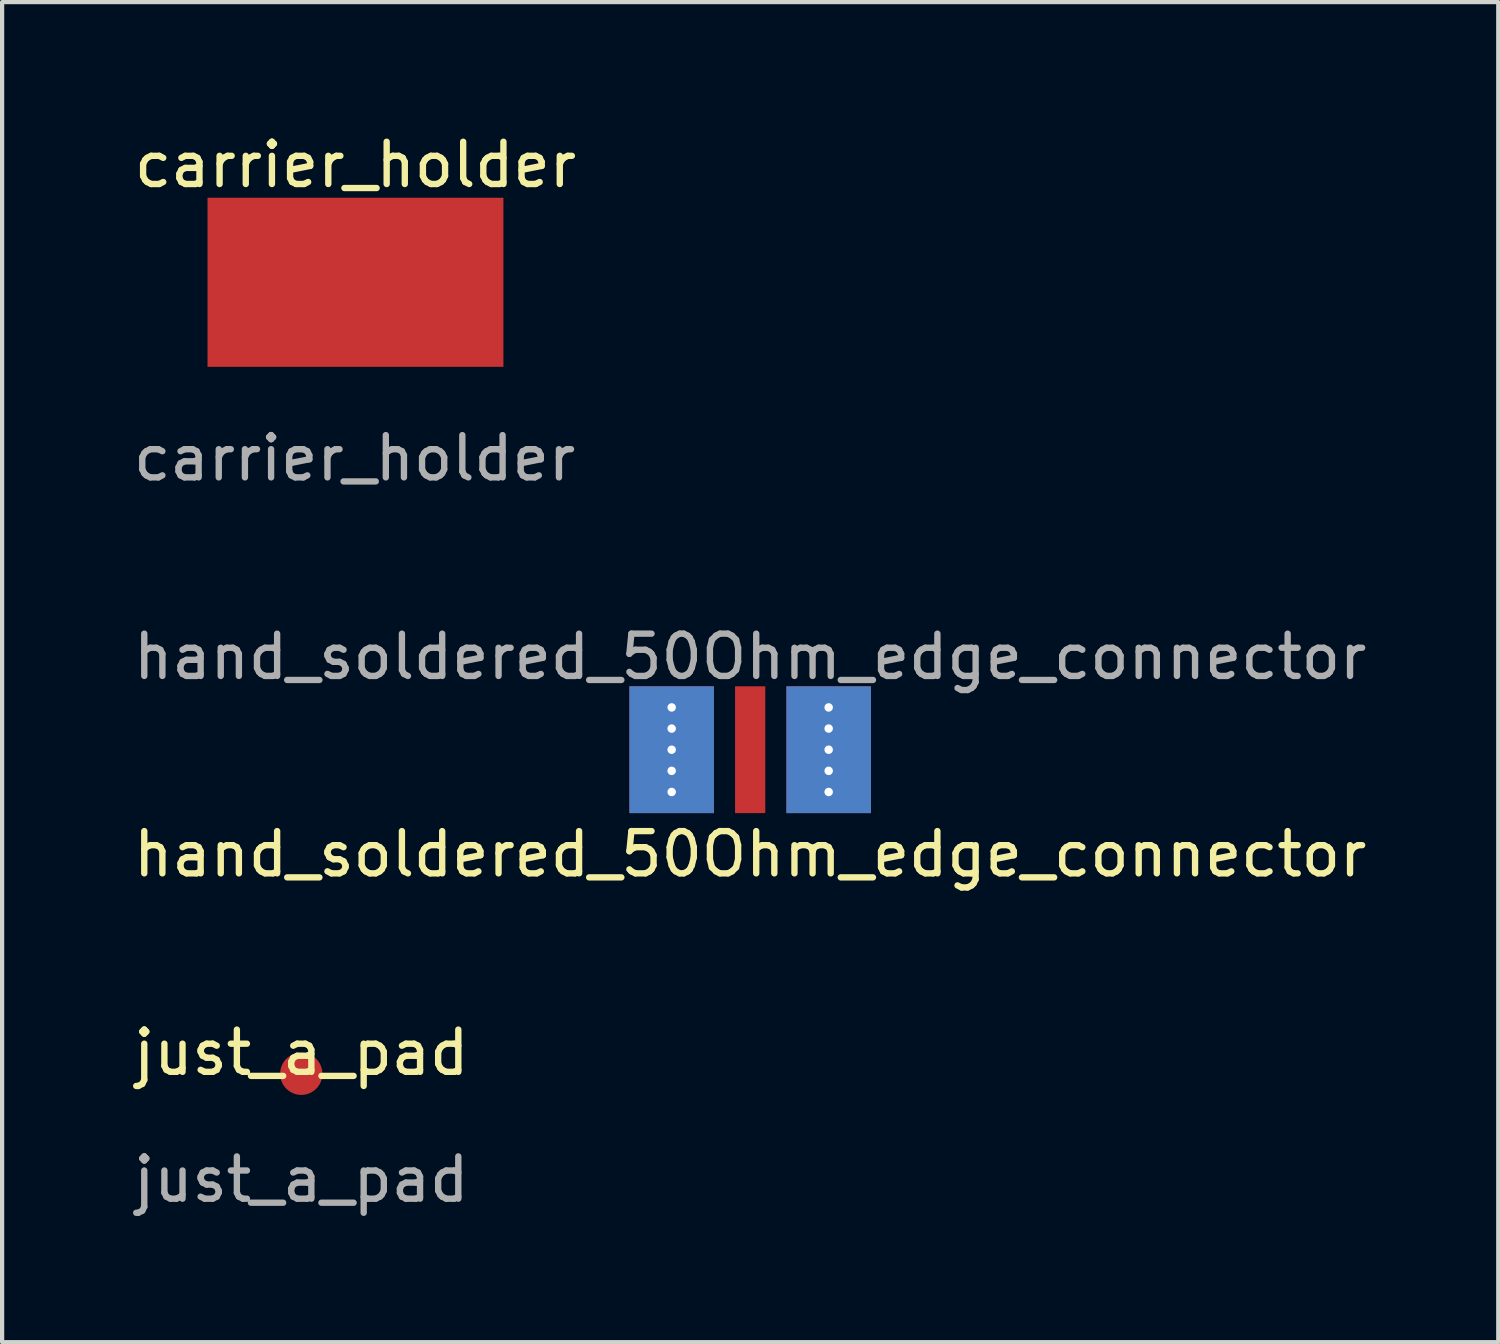
<source format=kicad_pcb>
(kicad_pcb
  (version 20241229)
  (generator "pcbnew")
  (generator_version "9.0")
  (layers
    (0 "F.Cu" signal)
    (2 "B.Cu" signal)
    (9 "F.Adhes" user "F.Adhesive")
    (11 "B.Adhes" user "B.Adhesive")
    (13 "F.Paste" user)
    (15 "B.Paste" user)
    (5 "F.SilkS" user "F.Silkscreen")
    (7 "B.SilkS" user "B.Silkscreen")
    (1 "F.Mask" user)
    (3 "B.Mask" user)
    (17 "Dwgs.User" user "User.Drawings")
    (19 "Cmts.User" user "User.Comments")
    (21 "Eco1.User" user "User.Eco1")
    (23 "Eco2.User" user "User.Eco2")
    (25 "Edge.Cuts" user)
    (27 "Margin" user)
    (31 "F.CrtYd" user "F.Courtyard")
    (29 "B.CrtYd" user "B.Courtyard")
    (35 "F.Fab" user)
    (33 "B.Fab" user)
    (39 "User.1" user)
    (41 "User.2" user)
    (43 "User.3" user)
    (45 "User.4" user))
  (footprint "hand_soldered_50Ohm_edge_connector"
    (layer "F.Cu")
    (at 14.696 13.185)
    (property "Reference" "hand_soldered_50Ohm_edge_connector" (at 0 3.97 0) (unlocked yes) (layer "F.SilkS") (effects (font (size 1 1) (thickness 0.15))))
    (attr smd)
    (fp_text user "${REFERENCE}" (at 0 -0.7 0) (unlocked yes) (layer "F.Fab") (effects (font (size 1 1) (thickness 0.15))))
    (pad "1" smd rect (at 0 1.5) (size 0.715 3) (layers "F.Cu" "F.Mask"))
    (pad "2" thru_hole circle (at -1.857 0.5) (size 0.5 0.5) (drill 0.2) (layers "*.Cu"))
    (pad "2" thru_hole circle (at -1.857 1) (size 0.5 0.5) (drill 0.2) (layers "*.Cu"))
    (pad "2" thru_hole rect (at -1.857 1.5) (size 2 3) (drill 0.2) (layers "*.Cu" "F.Mask"))
    (pad "2" thru_hole circle (at -1.857 2) (size 0.5 0.5) (drill 0.2) (layers "*.Cu"))
    (pad "2" thru_hole circle (at -1.857 2.5) (size 0.5 0.5) (drill 0.2) (layers "*.Cu"))
    (pad "2" thru_hole circle (at 1.857 0.5) (size 0.5 0.5) (drill 0.2) (layers "*.Cu"))
    (pad "2" thru_hole circle (at 1.857 1) (size 0.5 0.5) (drill 0.2) (layers "*.Cu"))
    (pad "2" thru_hole rect (at 1.857 1.5) (size 2 3) (drill 0.2) (layers "*.Cu" "F.Mask"))
    (pad "2" thru_hole circle (at 1.857 2) (size 0.5 0.5) (drill 0.2) (layers "*.Cu"))
    (pad "2" thru_hole circle (at 1.857 2.5) (size 0.5 0.5) (drill 0.2) (layers "*.Cu")))
  (footprint "carrier_holder"
    (layer "F.Cu")
    (at 5.359 3.628)
    (property "Reference" "carrier_holder" (at 0 -2.78 0) (unlocked yes) (layer "F.SilkS") (effects (font (size 1 1) (thickness 0.15))))
    (attr smd)
    (fp_text user "${REFERENCE}" (at -0.02 4.16 0) (unlocked yes) (layer "F.Fab") (effects (font (size 1 1) (thickness 0.15))))
    (pad "1" smd rect (at 0 0) (size 7 4) (layers "F.Cu" "F.Mask" "F.Paste")))
  (footprint "just_a_pad"
    (layer "F.Cu")
    (at 4.077 22.351)
    (property "Reference" "just_a_pad" (at 0 -0.5 0) (unlocked yes) (layer "F.SilkS") (effects (font (size 1 1) (thickness 0.15))))
    (attr smd)
    (fp_text user "${REFERENCE}" (at 0 2.5 0) (unlocked yes) (layer "F.Fab") (effects (font (size 1 1) (thickness 0.15))))
    (pad "1" smd circle (at 0 0) (size 1 1) (layers "F.Cu" "F.Mask" "F.Paste")))
  (gr_rect
    (start -3 -3)
    (end 32.393 28.7)
    (stroke (width 0.1) (type default))
    (fill no)
    (layer "Edge.Cuts")))
</source>
